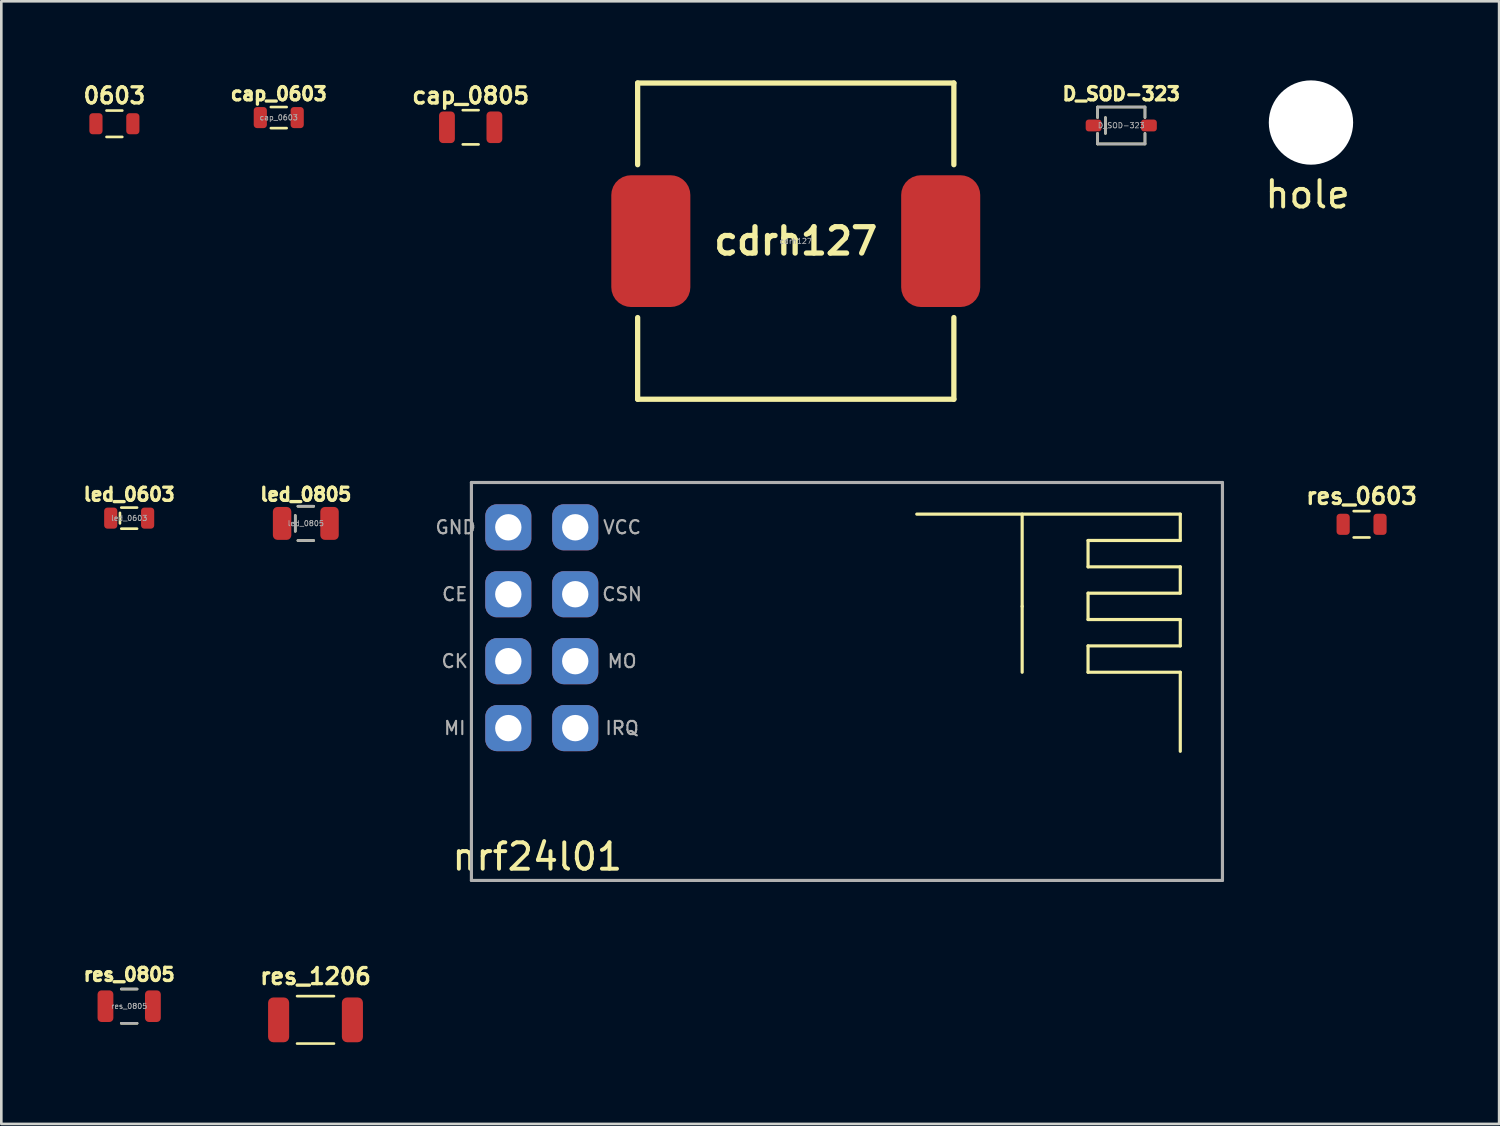
<source format=kicad_pcb>
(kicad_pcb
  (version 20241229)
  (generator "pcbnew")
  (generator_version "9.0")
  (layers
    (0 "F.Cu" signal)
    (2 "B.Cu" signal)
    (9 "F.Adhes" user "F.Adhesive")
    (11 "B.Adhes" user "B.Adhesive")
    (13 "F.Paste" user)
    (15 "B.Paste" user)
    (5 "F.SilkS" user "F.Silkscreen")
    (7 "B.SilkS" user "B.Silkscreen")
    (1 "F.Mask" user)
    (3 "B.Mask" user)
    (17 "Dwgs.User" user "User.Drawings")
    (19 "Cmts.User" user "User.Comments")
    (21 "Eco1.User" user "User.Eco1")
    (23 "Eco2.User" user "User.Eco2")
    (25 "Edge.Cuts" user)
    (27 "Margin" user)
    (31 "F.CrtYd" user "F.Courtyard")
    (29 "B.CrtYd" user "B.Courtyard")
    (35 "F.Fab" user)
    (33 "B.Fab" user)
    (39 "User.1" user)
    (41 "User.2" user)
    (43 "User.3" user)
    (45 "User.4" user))
  (footprint "res_1206"
    (layer "F.Cu")
    (at 8.923 35.651)
    (property "Reference" "res_1206" (at 0 -1.651 0) (layer "F.SilkS") (effects (font (size 0.61 0.61) (thickness 0.127))))
    (attr smd)
    (fp_line (start -0.7 -0.9) (end 0.7 -0.9) (stroke (width 0.1) (type solid)) (layer "F.SilkS"))
    (fp_line (start -0.7 0.9) (end 0.7 0.9) (stroke (width 0.1) (type solid)) (layer "F.SilkS"))
    (pad "1" smd roundrect (at -1.4 0) (size 0.8 1.7) (layers "F.Cu" "F.Mask" "F.Paste") (roundrect_rratio 0.25))
    (pad "2" smd roundrect (at 1.4 0) (size 0.8 1.7) (layers "F.Cu" "F.Mask" "F.Paste") (roundrect_rratio 0.25)))
  (footprint "led_0805"
    (layer "F.Cu")
    (at 8.555 16.812)
    (property "Reference" "led_0805" (at 0 -1.1 0) (layer "F.SilkS") (effects (font (size 0.5 0.5) (thickness 0.125))))
    (property "Value" "${VALUE}" (at 0 -1.1 0) (layer "F.SilkS") (hide yes) (effects (font (size 0.5 0.5) (thickness 0.125))))
    (attr smd)
    (fp_line (start -0.4 0.3) (end -0.4 -0.3) (stroke (width 0.1) (type solid)) (layer "F.SilkS"))
    (fp_line (start -0.3 -0.65) (end 0.3 -0.65) (stroke (width 0.1) (type solid)) (layer "F.SilkS"))
    (fp_line (start -0.3 0.65) (end 0.3 0.65) (stroke (width 0.1) (type solid)) (layer "F.SilkS"))
    (fp_line (start -0.4 0.3) (end -0.4 -0.3) (stroke (width 0.1) (type solid)) (layer "F.Fab"))
    (fp_line (start -0.3 -0.65) (end 0.3 -0.65) (stroke (width 0.1) (type solid)) (layer "F.Fab"))
    (fp_line (start -0.3 0.65) (end 0.3 0.65) (stroke (width 0.1) (type solid)) (layer "F.Fab"))
    (fp_text user "${REFERENCE}" (at 0 0 0) (layer "F.Fab") (effects (font (size 0.2 0.2) (thickness 0.03))))
    (pad "1" smd roundrect (at -0.9 0) (size 0.7 1.25) (layers "F.Cu" "F.Mask" "F.Paste") (roundrect_rratio 0.25))
    (pad "2" smd roundrect (at 0.9 0) (size 0.7 1.25) (layers "F.Cu" "F.Mask" "F.Paste") (roundrect_rratio 0.25)))
  (footprint "cap_0805"
    (layer "F.Cu")
    (at 14.811 1.78)
    (property "Reference" "cap_0805" (at 0 -1.2 0) (layer "F.SilkS") (effects (font (size 0.61 0.61) (thickness 0.127))))
    (attr smd)
    (fp_line (start -0.3 -0.65) (end 0.3 -0.65) (stroke (width 0.1) (type solid)) (layer "F.SilkS"))
    (fp_line (start -0.3 0.65) (end 0.3 0.65) (stroke (width 0.1) (type solid)) (layer "F.SilkS"))
    (pad "1" smd roundrect (at -0.9 0) (size 0.6 1.2) (layers "F.Cu" "F.Mask" "F.Paste") (roundrect_rratio 0.25))
    (pad "2" smd roundrect (at 0.9 0) (size 0.6 1.2) (layers "F.Cu" "F.Mask" "F.Paste") (roundrect_rratio 0.25)))
  (footprint "res_0805"
    (layer "F.Cu")
    (at 1.852 35.132)
    (property "Reference" "res_0805" (at 0 -1.2 0) (layer "F.SilkS") (effects (font (size 0.5 0.5) (thickness 0.125))))
    (property "Value" "${VALUE}" (at 0 -1.2 0) (layer "F.SilkS") (hide yes) (effects (font (size 0.5 0.5) (thickness 0.125))))
    (attr smd)
    (fp_line (start -0.3 -0.65) (end 0.3 -0.65) (stroke (width 0.1) (type solid)) (layer "F.SilkS"))
    (fp_line (start -0.3 0.65) (end 0.3 0.65) (stroke (width 0.1) (type solid)) (layer "F.SilkS"))
    (fp_line (start -0.3 -0.65) (end 0.3 -0.65) (stroke (width 0.1) (type solid)) (layer "F.Fab"))
    (fp_line (start -0.3 0.65) (end 0.3 0.65) (stroke (width 0.1) (type solid)) (layer "F.Fab"))
    (fp_text user "${REFERENCE}" (at 0 0 0) (layer "F.Fab") (effects (font (size 0.2 0.2) (thickness 0.03))))
    (pad "1" smd roundrect (at -0.9 0) (size 0.6 1.2) (layers "F.Cu" "F.Mask" "F.Paste") (roundrect_rratio 0.25))
    (pad "2" smd roundrect (at 0.9 0) (size 0.6 1.2) (layers "F.Cu" "F.Mask" "F.Paste") (roundrect_rratio 0.25)))
  (footprint "res_0603"
    (layer "F.Cu")
    (at 48.619 16.846)
    (property "Reference" "res_0603" (at 0 -1.067 0) (layer "F.SilkS") (effects (font (size 0.61 0.61) (thickness 0.127))))
    (attr smd)
    (fp_line (start -0.3 -0.5) (end 0.3 -0.5) (stroke (width 0.1) (type solid)) (layer "F.SilkS"))
    (fp_line (start -0.3 0.5) (end 0.3 0.5) (stroke (width 0.1) (type solid)) (layer "F.SilkS"))
    (pad "1" smd roundrect (at -0.7 0) (size 0.5 0.8) (layers "F.Cu" "F.Mask" "F.Paste") (roundrect_rratio 0.25))
    (pad "2" smd roundrect (at 0.7 0) (size 0.5 0.8) (layers "F.Cu" "F.Mask" "F.Paste") (roundrect_rratio 0.25)))
  (footprint "0603"
    (layer "F.Cu")
    (at 1.291 1.646)
    (property "Reference" "0603" (at 0 -1.067 0) (layer "F.SilkS") (effects (font (size 0.61 0.61) (thickness 0.127))))
    (attr smd)
    (fp_line (start -0.3 -0.5) (end 0.3 -0.5) (stroke (width 0.1) (type solid)) (layer "F.SilkS"))
    (fp_line (start -0.3 0.5) (end 0.3 0.5) (stroke (width 0.1) (type solid)) (layer "F.SilkS"))
    (pad "1" smd roundrect (at -0.7 0) (size 0.5 0.8) (layers "F.Cu" "F.Mask" "F.Paste") (roundrect_rratio 0.25))
    (pad "2" smd roundrect (at 0.7 0) (size 0.5 0.8) (layers "F.Cu" "F.Mask" "F.Paste") (roundrect_rratio 0.25)))
  (footprint "D_SOD-323"
    (layer "F.Cu")
    (at 39.499 1.712)
    (property "Reference" "D_SOD-323" (at 0 -1.2 0) (layer "F.SilkS") (effects (font (size 0.5 0.5) (thickness 0.125))))
    (property "Value" "${VALUE}" (at 0 -1.2 0) (layer "F.SilkS") (hide yes) (effects (font (size 0.5 0.5) (thickness 0.125))))
    (attr smd)
    (fp_line (start -0.9 -0.7) (end 0.9 -0.7) (stroke (width 0.1) (type solid)) (layer "F.SilkS"))
    (fp_line (start -0.9 -0.3) (end -0.9 -0.7) (stroke (width 0.1) (type solid)) (layer "F.SilkS"))
    (fp_line (start -0.9 0.7) (end -0.9 0.3) (stroke (width 0.1) (type solid)) (layer "F.SilkS"))
    (fp_line (start -0.6 -0.3) (end -0.6 0.3) (stroke (width 0.1) (type solid)) (layer "F.SilkS"))
    (fp_line (start 0.9 -0.7) (end 0.9 -0.3) (stroke (width 0.1) (type solid)) (layer "F.SilkS"))
    (fp_line (start 0.9 0.3) (end 0.9 0.7) (stroke (width 0.1) (type solid)) (layer "F.SilkS"))
    (fp_line (start 0.9 0.7) (end -0.9 0.7) (stroke (width 0.1) (type solid)) (layer "F.SilkS"))
    (fp_line (start -0.9 -0.7) (end 0.9 -0.7) (stroke (width 0.1) (type solid)) (layer "F.Fab"))
    (fp_line (start -0.9 -0.3) (end -0.9 -0.7) (stroke (width 0.1) (type solid)) (layer "F.Fab"))
    (fp_line (start -0.9 0.7) (end -0.9 0.3) (stroke (width 0.1) (type solid)) (layer "F.Fab"))
    (fp_line (start -0.6 -0.3) (end -0.6 0.3) (stroke (width 0.1) (type solid)) (layer "F.Fab"))
    (fp_line (start 0.9 -0.7) (end 0.9 -0.3) (stroke (width 0.1) (type solid)) (layer "F.Fab"))
    (fp_line (start 0.9 0.3) (end 0.9 0.7) (stroke (width 0.1) (type solid)) (layer "F.Fab"))
    (fp_line (start 0.9 0.7) (end -0.9 0.7) (stroke (width 0.1) (type solid)) (layer "F.Fab"))
    (fp_text user "${REFERENCE}" (at 0 0 0) (layer "F.Fab") (effects (font (size 0.2 0.2) (thickness 0.03))))
    (pad "1" smd roundrect (at -1.05 0) (size 0.6 0.45) (layers "F.Cu" "F.Mask" "F.Paste") (roundrect_rratio 0.25))
    (pad "2" smd roundrect (at 1.05 0) (size 0.6 0.45) (layers "F.Cu" "F.Mask" "F.Paste") (roundrect_rratio 0.25)))
  (footprint "nrf24l01"
    (layer "F.Cu")
    (at 16.239 16.96)
    (property "Reference" "nrf24l01" (at 1.1 12.5 0) (layer "F.SilkS") (effects (font (size 1 1) (thickness 0.15))))
    (attr through_hole)
    (fp_line (start 15.5 -0.5) (end 25.5 -0.5) (stroke (width 0.12) (type solid)) (layer "F.SilkS"))
    (fp_line (start 19.5 -0.5) (end 19.5 3) (stroke (width 0.12) (type solid)) (layer "F.SilkS"))
    (fp_line (start 19.5 3) (end 19.5 5.5) (stroke (width 0.12) (type solid)) (layer "F.SilkS"))
    (fp_line (start 22 0.5) (end 22 1.5) (stroke (width 0.12) (type solid)) (layer "F.SilkS"))
    (fp_line (start 22 1.5) (end 25.5 1.5) (stroke (width 0.12) (type solid)) (layer "F.SilkS"))
    (fp_line (start 22 2.5) (end 22 3.5) (stroke (width 0.12) (type solid)) (layer "F.SilkS"))
    (fp_line (start 22 3.5) (end 25.5 3.5) (stroke (width 0.12) (type solid)) (layer "F.SilkS"))
    (fp_line (start 22 4.5) (end 22 5.5) (stroke (width 0.12) (type solid)) (layer "F.SilkS"))
    (fp_line (start 22 5.5) (end 25.5 5.5) (stroke (width 0.12) (type solid)) (layer "F.SilkS"))
    (fp_line (start 25.5 -0.5) (end 25.5 0.5) (stroke (width 0.12) (type solid)) (layer "F.SilkS"))
    (fp_line (start 25.5 0.5) (end 22 0.5) (stroke (width 0.12) (type solid)) (layer "F.SilkS"))
    (fp_line (start 25.5 1.5) (end 25.5 2.5) (stroke (width 0.12) (type solid)) (layer "F.SilkS"))
    (fp_line (start 25.5 2.5) (end 22 2.5) (stroke (width 0.12) (type solid)) (layer "F.SilkS"))
    (fp_line (start 25.5 3.5) (end 25.5 4.5) (stroke (width 0.12) (type solid)) (layer "F.SilkS"))
    (fp_line (start 25.5 4.5) (end 22 4.5) (stroke (width 0.12) (type solid)) (layer "F.SilkS"))
    (fp_line (start 25.5 5.5) (end 25.5 8.5) (stroke (width 0.12) (type solid)) (layer "F.SilkS"))
    (fp_line (start -1.4 -1.7) (end 27.1 -1.7) (stroke (width 0.12) (type solid)) (layer "F.Fab"))
    (fp_line (start -1.4 13.4) (end -1.4 -1.7) (stroke (width 0.12) (type solid)) (layer "F.Fab"))
    (fp_line (start 27.1 -1.7) (end 27.1 13.4) (stroke (width 0.12) (type solid)) (layer "F.Fab"))
    (fp_line (start 27.1 13.4) (end -1.4 13.4) (stroke (width 0.12) (type solid)) (layer "F.Fab"))
    (fp_text user "MO" (at 4.318 5.08 0) (layer "F.Fab") (effects (font (size 0.5 0.5) (thickness 0.08))))
    (fp_text user "MI" (at -2.032 7.62 0) (layer "F.Fab") (effects (font (size 0.5 0.5) (thickness 0.08))))
    (fp_text user "IRQ" (at 4.318 7.62 0) (layer "F.Fab") (effects (font (size 0.5 0.5) (thickness 0.08))))
    (fp_text user "CK" (at -2.032 5.08 0) (layer "F.Fab") (effects (font (size 0.5 0.5) (thickness 0.08))))
    (fp_text user "VCC" (at 4.318 0 0) (layer "F.Fab") (effects (font (size 0.5 0.5) (thickness 0.08))))
    (fp_text user "CSN" (at 4.318 2.54 0) (layer "F.Fab") (effects (font (size 0.5 0.5) (thickness 0.08))))
    (fp_text user "CE" (at -2.032 2.54 0) (layer "F.Fab") (effects (font (size 0.5 0.5) (thickness 0.08))))
    (fp_text user "GND" (at -2 0 0) (layer "F.Fab") (effects (font (size 0.5 0.5) (thickness 0.08))))
    (pad "1" thru_hole roundrect (at 0 0) (size 1.75 1.75) (drill 1) (layers "*.Cu" "*.Mask") (roundrect_rratio 0.25))
    (pad "2" thru_hole roundrect (at 2.54 0) (size 1.75 1.75) (drill 1) (layers "*.Cu" "*.Mask") (roundrect_rratio 0.25))
    (pad "3" thru_hole roundrect (at 0 2.54) (size 1.75 1.75) (drill 1) (layers "*.Cu" "*.Mask") (roundrect_rratio 0.25))
    (pad "4" thru_hole roundrect (at 2.54 2.54) (size 1.75 1.75) (drill 1) (layers "*.Cu" "*.Mask") (roundrect_rratio 0.25))
    (pad "5" thru_hole roundrect (at 0 5.08) (size 1.75 1.75) (drill 1) (layers "*.Cu" "*.Mask") (roundrect_rratio 0.25))
    (pad "6" thru_hole roundrect (at 2.54 5.08) (size 1.75 1.75) (drill 1) (layers "*.Cu" "*.Mask") (roundrect_rratio 0.25))
    (pad "7" thru_hole roundrect (at 0 7.62) (size 1.75 1.75) (drill 1) (layers "*.Cu" "*.Mask") (roundrect_rratio 0.25))
    (pad "8" thru_hole roundrect (at 2.54 7.62) (size 1.75 1.75) (drill 1) (layers "*.Cu" "*.Mask") (roundrect_rratio 0.25)))
  (footprint "led_0603"
    (layer "F.Cu")
    (at 1.852 16.612)
    (property "Reference" "led_0603" (at 0 -0.9 0) (layer "F.SilkS") (effects (font (size 0.5 0.5) (thickness 0.125))))
    (property "Value" "${VALUE}" (at 0 -0.9 0) (layer "F.SilkS") (hide yes) (effects (font (size 0.5 0.5) (thickness 0.125))))
    (attr smd)
    (fp_line (start -0.35 0.2) (end -0.35 -0.2) (stroke (width 0.1) (type solid)) (layer "F.SilkS"))
    (fp_line (start -0.3 -0.4) (end 0.3 -0.4) (stroke (width 0.1) (type solid)) (layer "F.SilkS"))
    (fp_line (start -0.3 0.4) (end 0.3 0.4) (stroke (width 0.1) (type solid)) (layer "F.SilkS"))
    (fp_text user "${REFERENCE}" (at 0 0 0) (layer "F.Fab") (effects (font (size 0.2 0.2) (thickness 0.03))))
    (pad "1" smd roundrect (at -0.7 0) (size 0.5 0.8) (layers "F.Cu" "F.Mask" "F.Paste") (roundrect_rratio 0.25))
    (pad "2" smd roundrect (at 0.7 0) (size 0.5 0.8) (layers "F.Cu" "F.Mask" "F.Paste") (roundrect_rratio 0.25)))
  (footprint "hole"
    (layer "F.Cu")
    (at 46.698 1.6)
    (property "Reference" "hole" (at -0.127 2.731 0) (unlocked yes) (layer "F.SilkS") (effects (font (size 1 1) (thickness 0.15))))
    (attr through_hole)
    (pad "" np_thru_hole circle (at 0 0) (size 3.2 3.2) (drill 3.2) (layers "*.Cu" "*.Mask")))
  (footprint "cdrh127"
    (layer "F.Cu")
    (at 27.147 6.1)
    (property "Reference" "cdrh127" (at 0 0 0) (layer "F.SilkS") (effects (font (size 1 1) (thickness 0.2))))
    (property "Value" "${VALUE}" (at 0 0 0) (layer "F.SilkS") (hide yes) (effects (font (size 1 1) (thickness 0.2))))
    (attr smd)
    (fp_line (start -6 -6) (end 6 -6) (stroke (width 0.2) (type solid)) (layer "F.SilkS"))
    (fp_line (start -6 -2.9) (end -6 -6) (stroke (width 0.2) (type solid)) (layer "F.SilkS"))
    (fp_line (start -6 2.9) (end -6 6) (stroke (width 0.2) (type solid)) (layer "F.SilkS"))
    (fp_line (start 6 -2.9) (end 6 -6) (stroke (width 0.2) (type solid)) (layer "F.SilkS"))
    (fp_line (start 6 2.9) (end 6 6) (stroke (width 0.2) (type solid)) (layer "F.SilkS"))
    (fp_line (start 6 6) (end -6 6) (stroke (width 0.2) (type solid)) (layer "F.SilkS"))
    (fp_text user "${REFERENCE}" (at 0 0 0) (layer "F.Fab") (effects (font (size 0.2 0.2) (thickness 0.03))))
    (pad "1" smd roundrect (at -5.5 0) (size 3 5) (layers "F.Cu" "F.Mask" "F.Paste") (roundrect_rratio 0.25))
    (pad "2" smd roundrect (at 5.5 0) (size 3 5) (layers "F.Cu" "F.Mask" "F.Paste") (roundrect_rratio 0.25)))
  (footprint "cap_0603"
    (layer "F.Cu")
    (at 7.528 1.412)
    (property "Reference" "cap_0603" (at 0 -0.9 0) (layer "F.SilkS") (effects (font (size 0.5 0.5) (thickness 0.125))))
    (property "Value" "${VALUE}" (at 0 -0.9 0) (layer "F.SilkS") (hide yes) (effects (font (size 0.5 0.5) (thickness 0.125))))
    (attr smd)
    (fp_line (start -0.3 -0.4) (end 0.3 -0.4) (stroke (width 0.1) (type solid)) (layer "F.SilkS"))
    (fp_line (start -0.3 0.4) (end 0.3 0.4) (stroke (width 0.1) (type solid)) (layer "F.SilkS"))
    (fp_text user "${REFERENCE}" (at 0 0 0) (layer "F.Fab") (effects (font (size 0.2 0.2) (thickness 0.03))))
    (pad "1" smd roundrect (at -0.7 0) (size 0.5 0.8) (layers "F.Cu" "F.Mask" "F.Paste") (roundrect_rratio 0.25))
    (pad "2" smd roundrect (at 0.7 0) (size 0.5 0.8) (layers "F.Cu" "F.Mask" "F.Paste") (roundrect_rratio 0.25)))
  (gr_rect
    (start -3 -3)
    (end 53.838 39.601)
    (stroke (width 0.1) (type default))
    (fill no)
    (layer "Edge.Cuts")))
</source>
